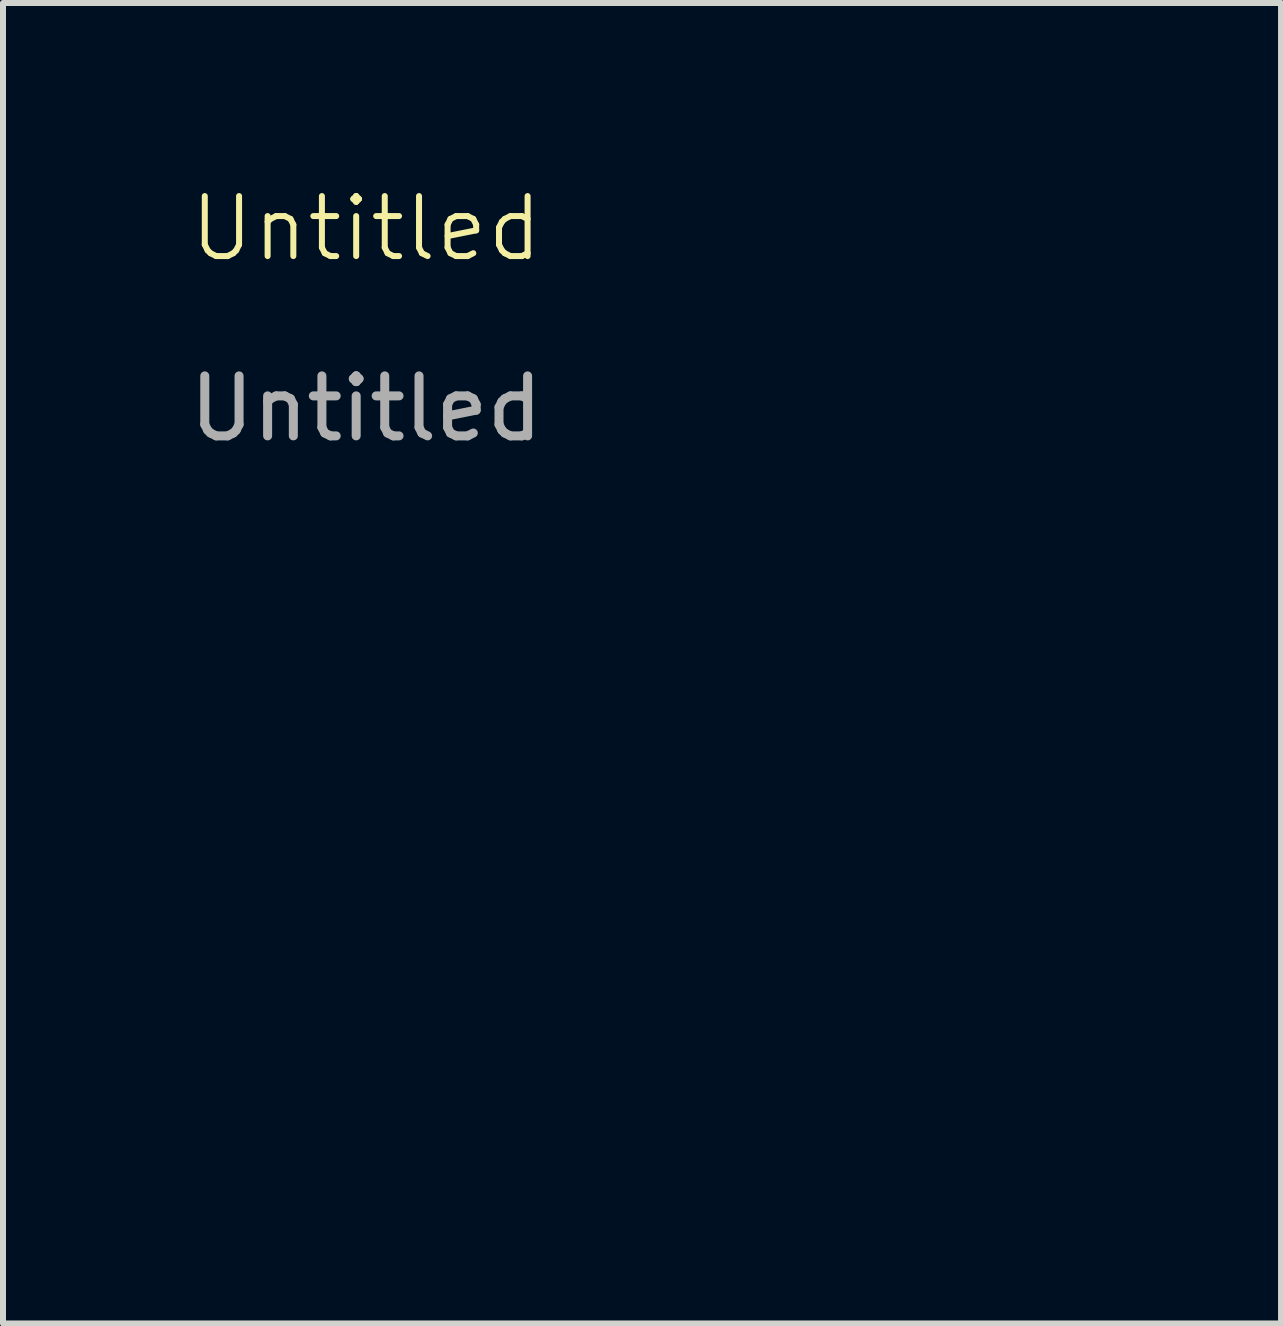
<source format=kicad_pcb>
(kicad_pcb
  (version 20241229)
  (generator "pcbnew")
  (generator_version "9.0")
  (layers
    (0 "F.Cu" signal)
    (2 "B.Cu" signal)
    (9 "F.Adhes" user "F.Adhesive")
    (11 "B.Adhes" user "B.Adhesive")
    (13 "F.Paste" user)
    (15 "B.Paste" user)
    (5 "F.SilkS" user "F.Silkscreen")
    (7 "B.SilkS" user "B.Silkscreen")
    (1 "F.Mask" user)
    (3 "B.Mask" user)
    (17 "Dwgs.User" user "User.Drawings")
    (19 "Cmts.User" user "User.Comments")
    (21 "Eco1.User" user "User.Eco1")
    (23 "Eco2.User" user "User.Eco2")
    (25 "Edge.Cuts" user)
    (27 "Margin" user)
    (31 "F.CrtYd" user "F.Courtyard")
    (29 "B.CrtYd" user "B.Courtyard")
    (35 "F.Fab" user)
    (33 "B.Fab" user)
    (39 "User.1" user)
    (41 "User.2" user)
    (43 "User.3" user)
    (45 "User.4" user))
  (footprint "Untitled"
    (layer "F.Cu")
    (at 15.054 15.761)
    (property "Reference" "Untitled" (at -12 -15 0) (unlocked yes) (layer "F.SilkS") (effects (font (size 1 1) (thickness 0.1))))
    (attr smd)
    (fp_text user "${REFERENCE}" (at -12 -12 0) (unlocked yes) (layer "F.Fab") (effects (font (size 1 1) (thickness 0.15)))))
  (gr_rect
    (start -3 -3)
    (end 18.304 19.011)
    (stroke (width 0.1) (type default))
    (fill no)
    (layer "Edge.Cuts")))
</source>
